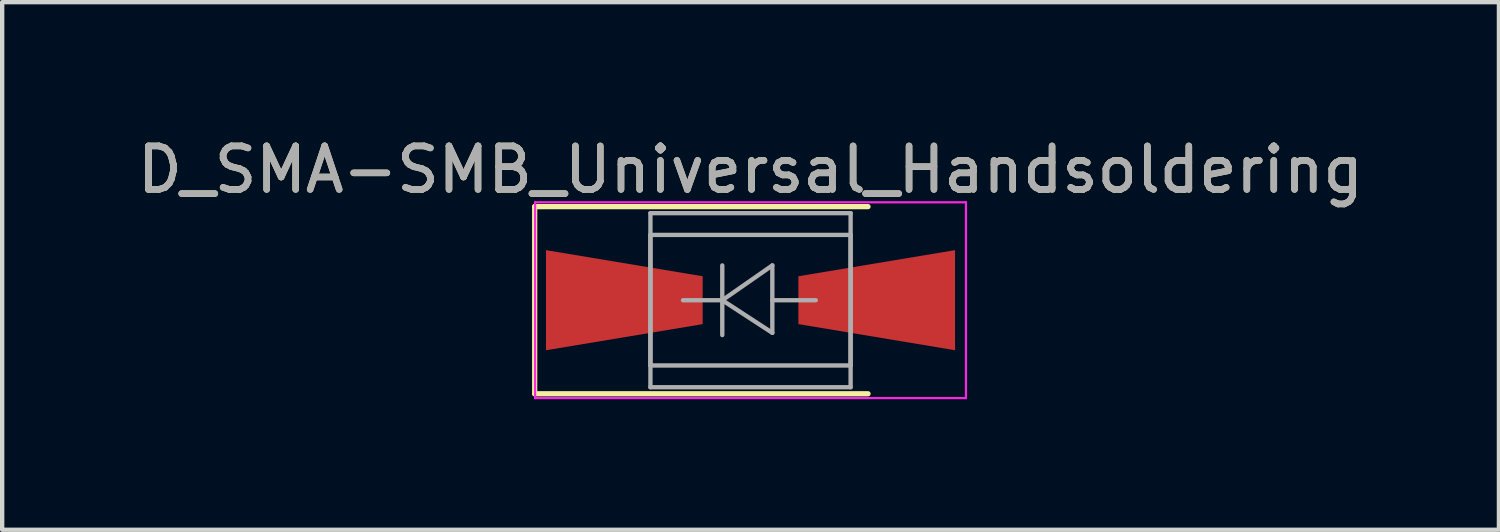
<source format=kicad_pcb>
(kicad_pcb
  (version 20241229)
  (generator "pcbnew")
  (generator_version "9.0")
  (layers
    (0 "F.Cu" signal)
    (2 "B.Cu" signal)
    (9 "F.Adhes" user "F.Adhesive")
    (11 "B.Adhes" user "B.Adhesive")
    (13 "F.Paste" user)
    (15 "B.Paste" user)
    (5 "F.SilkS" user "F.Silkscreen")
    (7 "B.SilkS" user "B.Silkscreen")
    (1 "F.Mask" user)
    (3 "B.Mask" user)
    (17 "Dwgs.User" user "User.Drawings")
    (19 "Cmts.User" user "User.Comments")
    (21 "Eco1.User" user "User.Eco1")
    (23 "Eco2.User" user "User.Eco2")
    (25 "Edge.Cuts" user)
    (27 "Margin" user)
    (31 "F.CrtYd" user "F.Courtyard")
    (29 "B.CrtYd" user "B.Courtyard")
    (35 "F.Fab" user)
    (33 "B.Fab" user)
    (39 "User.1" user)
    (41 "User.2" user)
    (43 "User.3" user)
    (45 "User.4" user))
  (footprint "D_SMA-SMB_Universal_Handsoldering"
    (layer "F.Cu")
    (at 14.196 3.848)
    (property "Reference" "D_SMA-SMB_Universal_Handsoldering" (at 0 -3 0) (layer "F.SilkS") (effects (font (size 1 1) (thickness 0.15))))
    (attr smd)
    (fp_line (start -4.96 -2.15) (end -4.96 2.15) (stroke (width 0.12) (type solid)) (layer "F.SilkS"))
    (fp_line (start -4.96 -2.15) (end 2.7 -2.15) (stroke (width 0.12) (type solid)) (layer "F.SilkS"))
    (fp_line (start -4.96 2.15) (end 2.7 2.15) (stroke (width 0.12) (type solid)) (layer "F.SilkS"))
    (fp_line (start -4.95 -2.25) (end 4.95 -2.25) (stroke (width 0.05) (type solid)) (layer "F.CrtYd"))
    (fp_line (start -4.95 2.25) (end -4.95 -2.25) (stroke (width 0.05) (type solid)) (layer "F.CrtYd"))
    (fp_line (start 4.95 -2.25) (end 4.95 2.25) (stroke (width 0.05) (type solid)) (layer "F.CrtYd"))
    (fp_line (start 4.95 2.25) (end -4.95 2.25) (stroke (width 0.05) (type solid)) (layer "F.CrtYd"))
    (fp_line (start -2.3 1.5) (end -2.3 -1.5) (stroke (width 0.1) (type solid)) (layer "F.Fab"))
    (fp_line (start -2.3 2) (end -2.3 -2) (stroke (width 0.1) (type solid)) (layer "F.Fab"))
    (fp_line (start -0.649 -0.799) (end -0.649 0.801) (stroke (width 0.1) (type solid)) (layer "F.Fab"))
    (fp_line (start -0.649 0.001) (end -1.551 0.001) (stroke (width 0.1) (type solid)) (layer "F.Fab"))
    (fp_line (start -0.649 0.001) (end 0.501 -0.799) (stroke (width 0.1) (type solid)) (layer "F.Fab"))
    (fp_line (start -0.649 0.001) (end 0.501 0.75) (stroke (width 0.1) (type solid)) (layer "F.Fab"))
    (fp_line (start 0.501 0.001) (end 1.499 0.001) (stroke (width 0.1) (type solid)) (layer "F.Fab"))
    (fp_line (start 0.501 0.75) (end 0.501 -0.799) (stroke (width 0.1) (type solid)) (layer "F.Fab"))
    (fp_line (start 2.3 -2) (end -2.3 -2) (stroke (width 0.1) (type solid)) (layer "F.Fab"))
    (fp_line (start 2.3 -2) (end 2.3 2) (stroke (width 0.1) (type solid)) (layer "F.Fab"))
    (fp_line (start 2.3 -1.5) (end -2.3 -1.5) (stroke (width 0.1) (type solid)) (layer "F.Fab"))
    (fp_line (start 2.3 -1.5) (end 2.3 1.5) (stroke (width 0.1) (type solid)) (layer "F.Fab"))
    (fp_line (start 2.3 1.5) (end -2.3 1.5) (stroke (width 0.1) (type solid)) (layer "F.Fab"))
    (fp_line (start 2.3 2) (end -2.3 2) (stroke (width 0.1) (type solid)) (layer "F.Fab"))
    (fp_text user "${REFERENCE}" (at 0 -3 0) (layer "F.Fab") (effects (font (size 1 1) (thickness 0.15))))
    (pad "1" smd trapezoid (at -2.9 0) (size 3.6 1.7) (rect_delta 0.6 0) (layers "F.Cu" "F.Mask" "F.Paste"))
    (pad "2" smd trapezoid (at 2.9 0 180) (size 3.6 1.7) (rect_delta 0.6 0) (layers "F.Cu" "F.Mask" "F.Paste")))
  (gr_rect
    (start -3 -3)
    (end 31.393 9.123)
    (stroke (width 0.1) (type default))
    (fill no)
    (layer "Edge.Cuts")))
</source>
